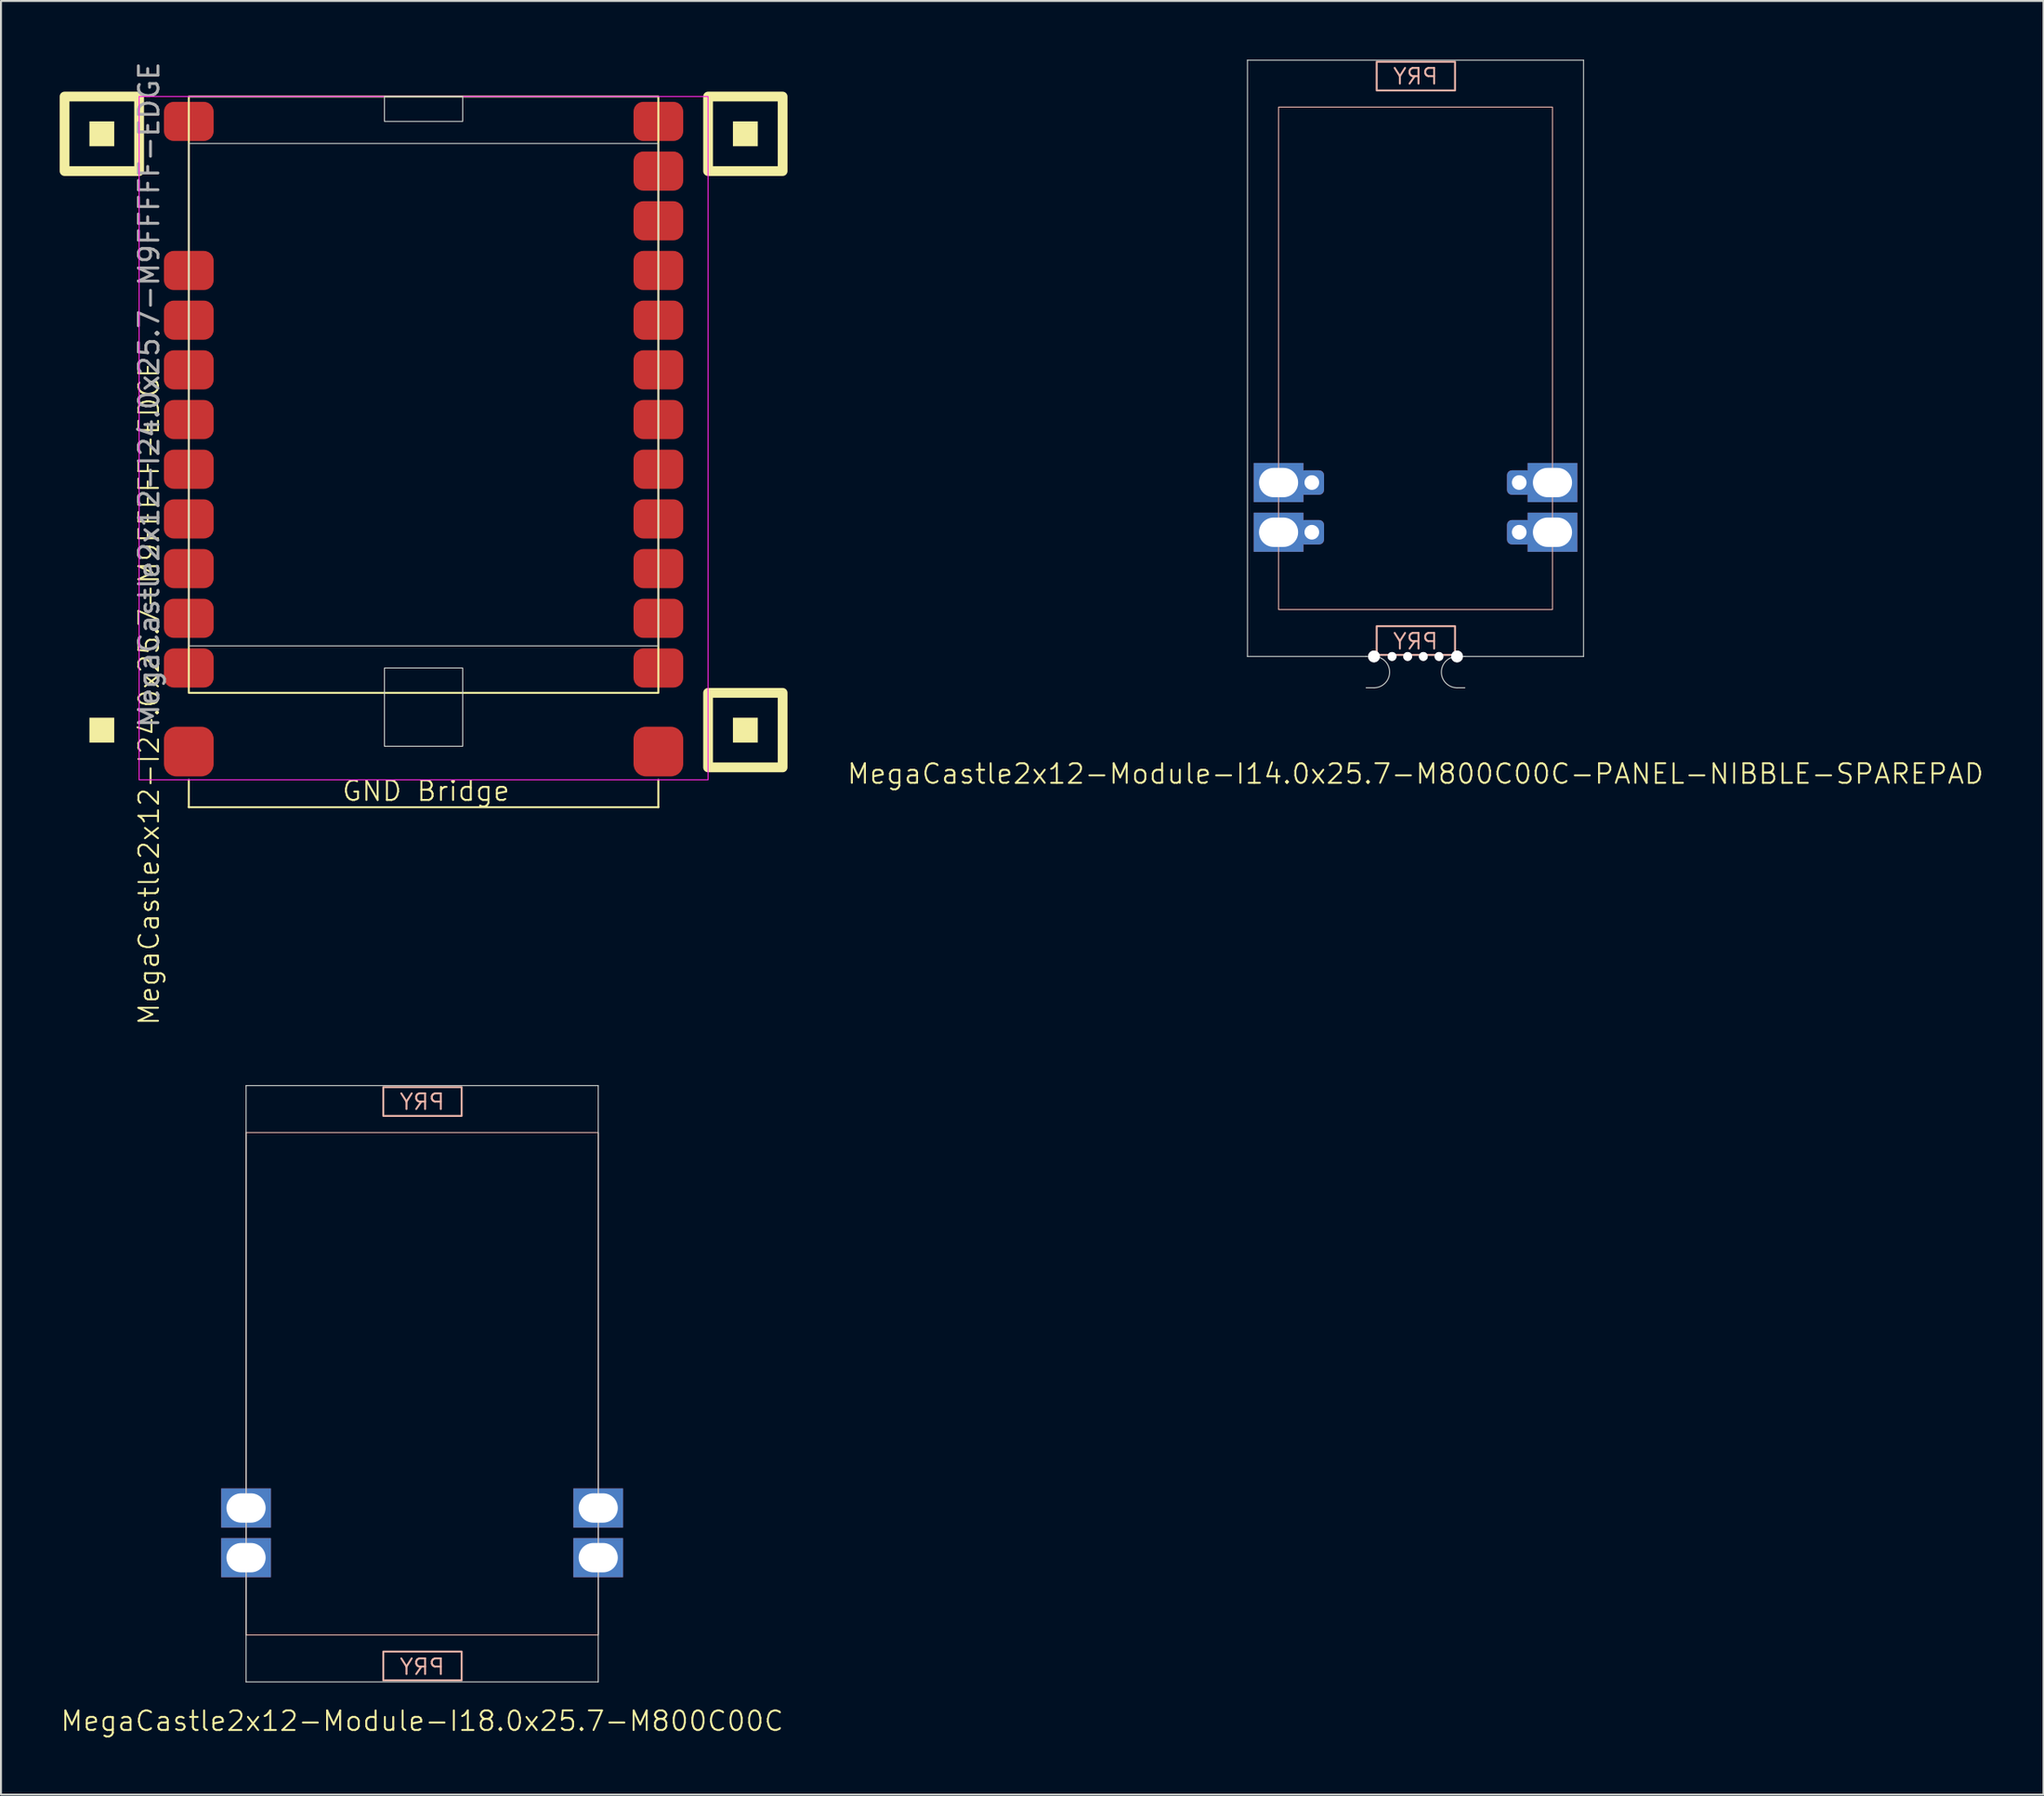
<source format=kicad_pcb>
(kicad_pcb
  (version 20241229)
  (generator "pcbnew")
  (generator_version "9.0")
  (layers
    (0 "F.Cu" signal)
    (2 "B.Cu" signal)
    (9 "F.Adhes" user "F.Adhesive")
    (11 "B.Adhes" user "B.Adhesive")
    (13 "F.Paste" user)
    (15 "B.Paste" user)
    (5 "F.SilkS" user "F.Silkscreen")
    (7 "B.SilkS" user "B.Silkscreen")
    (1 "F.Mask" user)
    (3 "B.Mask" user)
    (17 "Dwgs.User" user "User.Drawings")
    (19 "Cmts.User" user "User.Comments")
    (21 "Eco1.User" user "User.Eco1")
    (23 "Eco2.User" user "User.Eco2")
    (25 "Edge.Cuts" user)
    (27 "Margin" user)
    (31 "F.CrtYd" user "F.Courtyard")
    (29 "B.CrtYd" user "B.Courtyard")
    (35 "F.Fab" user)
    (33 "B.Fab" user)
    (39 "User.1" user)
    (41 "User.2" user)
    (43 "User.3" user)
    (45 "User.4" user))
  (footprint "MegaCastle2x12-Module-I18.0x25.7-M800C00C"
    (layer "F.Cu")
    (at 18.526 67.68)
    (property "Reference" "MegaCastle2x12-Module-I18.0x25.7-M800C00C" (at 0 17.24 0) (unlocked yes) (layer "F.SilkS") (effects (font (size 1 1) (thickness 0.1))))
    (attr smd)
    (fp_rect (start -9 12.84) (end 9 -12.84) (stroke (width 0.05) (type default)) (fill no) (layer "B.SilkS"))
    (fp_rect (start -1.984 -13.691) (end 2.02 -15.16) (stroke (width 0.1) (type default)) (fill no) (layer "B.SilkS"))
    (fp_rect (start -1.984 13.691) (end 2.02 15.16) (stroke (width 0.1) (type default)) (fill no) (layer "B.SilkS"))
    (fp_line (start -9 -15.24) (end -9 15.24) (stroke (width 0.05) (type default)) (layer "Edge.Cuts"))
    (fp_line (start -9 -15.24) (end 9 -15.24) (stroke (width 0.05) (type default)) (layer "Edge.Cuts"))
    (fp_line (start -9 15.24) (end 9 15.24) (stroke (width 0.05) (type default)) (layer "Edge.Cuts"))
    (fp_line (start 9 -15.24) (end 9 15.24) (stroke (width 0.05) (type default)) (layer "Edge.Cuts"))
    (fp_text user "PRY" (at 0 14.94 0) (unlocked yes) (layer "B.SilkS") (effects (font (size 0.8 0.8) (thickness 0.1)) (justify bottom mirror)))
    (fp_text user "PRY" (at 0 -13.94 0) (unlocked yes) (layer "B.SilkS") (effects (font (size 0.8 0.8) (thickness 0.1)) (justify bottom mirror)))
    (pad "9" thru_hole rect (at -9 6.35) (size 2.54 2) (drill oval 2 1.5) (property pad_prop_castellated) (layers "*.Cu" "*.Mask"))
    (pad "10" thru_hole rect (at -9 8.89) (size 2.54 2) (drill oval 2 1.5) (property pad_prop_castellated) (layers "*.Cu" "*.Mask"))
    (pad "21" thru_hole rect (at 9 6.35) (size 2.54 2) (drill oval 2 1.5) (property pad_prop_castellated) (layers "*.Cu" "*.Mask"))
    (pad "22" thru_hole rect (at 9 8.89) (size 2.54 2) (drill oval 2 1.5) (property pad_prop_castellated) (layers "*.Cu" "*.Mask"))
    (zone (net_name "") (layer "B.Cu") (hatch edge 0.5) (connect_pads) (min_thickness 0.25) (filled_areas_thickness no) (keepout (tracks allowed) (vias allowed) (pads allowed) (copperpour allowed) (footprints not_allowed)) (placement (enabled no)) (fill) (polygon (pts (xy 9.526 82.92) (xy 9.526 52.44))))
    (zone (net_name "") (layer "B.Cu") (hatch edge 0.5) (connect_pads) (min_thickness 0.25) (filled_areas_thickness no) (keepout (tracks allowed) (vias allowed) (pads allowed) (copperpour allowed) (footprints not_allowed)) (placement (enabled no)) (fill) (polygon (pts (xy 27.526 82.92) (xy 27.526 52.44))))
    (zone (net_name "") (layer "B.Cu") (hatch edge 0.5) (connect_pads) (min_thickness 0.25) (filled_areas_thickness no) (keepout (tracks allowed) (vias allowed) (pads allowed) (copperpour allowed) (footprints not_allowed)) (placement (enabled no)) (fill) (polygon (pts (xy 9.526 52.44) (xy 9.526 54.84) (xy 27.526 54.84) (xy 27.526 52.44))))
    (zone (net_name "") (layer "B.Cu") (hatch edge 0.5) (connect_pads) (min_thickness 0.25) (filled_areas_thickness no) (keepout (tracks allowed) (vias allowed) (pads allowed) (copperpour allowed) (footprints not_allowed)) (placement (enabled no)) (fill) (polygon (pts (xy 9.526 82.92) (xy 9.526 80.52) (xy 27.526 80.52) (xy 27.526 82.92))))
    (zone (net_name "") (layer "B.Cu") (name "Upper Pry Zone") (hatch edge 0.5) (connect_pads) (min_thickness 0.25) (filled_areas_thickness no) (keepout (tracks not_allowed) (vias not_allowed) (pads not_allowed) (copperpour allowed) (footprints not_allowed)) (placement (enabled no)) (fill) (polygon (pts (xy 16.542 53.989) (xy 16.542 52.52) (xy 20.546 52.52) (xy 20.546 53.989))))
    (zone (net_name "") (layer "B.Cu") (name "Upper Pry Zone") (hatch edge 0.5) (connect_pads) (min_thickness 0.25) (filled_areas_thickness no) (keepout (tracks not_allowed) (vias not_allowed) (pads not_allowed) (copperpour allowed) (footprints not_allowed)) (placement (enabled no)) (fill) (polygon (pts (xy 16.542 81.371) (xy 16.542 82.84) (xy 20.546 82.84) (xy 20.546 81.371)))))
  (footprint "MegaCastle2x12-I24.0x25.7-M9FFFFF-EDGE"
    (layer "F.Cu")
    (at 18.6 17.125)
    (property "Reference" "MegaCastle2x12-I24.0x25.7-M9FFFFF-EDGE" (at -14.032 15.24 90) (unlocked yes) (layer "F.SilkS") (effects (font (size 1 1) (thickness 0.1))))
    (attr smd)
    (fp_line (start -12 19.685) (end -12 21.085) (stroke (width 0.1) (type default)) (layer "F.SilkS"))
    (fp_line (start -12 21.085) (end 12 21.085) (stroke (width 0.1) (type default)) (layer "F.SilkS"))
    (fp_line (start 12 19.685) (end 12 21.085) (stroke (width 0.1) (type default)) (layer "F.SilkS"))
    (fp_rect (start -15.81 -12.7) (end -17.08 -13.97) (stroke (width 0) (type solid)) (fill yes) (layer "F.SilkS"))
    (fp_rect (start -15.81 17.78) (end -17.08 16.51) (stroke (width 0) (type solid)) (fill yes) (layer "F.SilkS"))
    (fp_rect (start -14.54 -11.43) (end -18.35 -15.24) (stroke (width 0.5) (type default)) (fill no) (layer "F.SilkS"))
    (fp_rect (start -12 -15.24) (end 12 15.24) (stroke (width 0.1) (type default)) (fill no) (layer "F.SilkS"))
    (fp_rect (start 17.08 -12.7) (end 15.81 -13.97) (stroke (width 0) (type solid)) (fill yes) (layer "F.SilkS"))
    (fp_rect (start 17.08 17.78) (end 15.81 16.51) (stroke (width 0) (type solid)) (fill yes) (layer "F.SilkS"))
    (fp_rect (start 18.35 -11.43) (end 14.54 -15.24) (stroke (width 0.5) (type default)) (fill no) (layer "F.SilkS"))
    (fp_rect (start 18.35 19.05) (end 14.54 15.24) (stroke (width 0.5) (type default)) (fill no) (layer "F.SilkS"))
    (fp_rect (start -12 -12.84) (end 12 12.84) (stroke (width 0.05) (type default)) (fill no) (layer "Edge.Cuts"))
    (fp_rect (start -2 -13.97) (end 2 -15.24) (stroke (width 0.05) (type default)) (fill no) (layer "Edge.Cuts"))
    (fp_rect (start -2 13.97) (end 2 17.97) (stroke (width 0.05) (type default)) (fill no) (layer "Edge.Cuts"))
    (fp_line (start -14.54 -15.24) (end -14.54 19.685) (stroke (width 0.05) (type default)) (layer "F.CrtYd"))
    (fp_line (start -14.54 19.685) (end 14.54 19.685) (stroke (width 0.05) (type default)) (layer "F.CrtYd"))
    (fp_line (start 14.54 -15.24) (end -14.54 -15.24) (stroke (width 0.05) (type default)) (layer "F.CrtYd"))
    (fp_line (start 14.54 -15.24) (end 14.54 19.685) (stroke (width 0.05) (type default)) (layer "F.CrtYd"))
    (fp_text user "GND Bridge" (at -4.226 20.84 0) (unlocked yes) (layer "F.SilkS") (effects (font (size 1 1) (thickness 0.1)) (justify left bottom)))
    (fp_text user "${REFERENCE}" (at -14.032 0 90) (unlocked yes) (layer "F.Fab") (effects (font (size 1 1) (thickness 0.15))))
    (pad "1" smd roundrect (at -12 -13.97) (size 2.54 2) (layers "F.Cu" "F.Mask" "F.Paste") (roundrect_rratio 0.25))
    (pad "4" smd roundrect (at -12 -6.35) (size 2.54 2) (layers "F.Cu" "F.Mask" "F.Paste") (roundrect_rratio 0.25))
    (pad "5" smd roundrect (at -12 -3.81) (size 2.54 2) (layers "F.Cu" "F.Mask" "F.Paste") (roundrect_rratio 0.25))
    (pad "6" smd roundrect (at -12 -1.27) (size 2.54 2) (layers "F.Cu" "F.Mask" "F.Paste") (roundrect_rratio 0.25))
    (pad "7" smd roundrect (at -12 1.27) (size 2.54 2) (layers "F.Cu" "F.Mask" "F.Paste") (roundrect_rratio 0.25))
    (pad "8" smd roundrect (at -12 3.81) (size 2.54 2) (layers "F.Cu" "F.Mask" "F.Paste") (roundrect_rratio 0.25))
    (pad "9" smd roundrect (at -12 6.35) (size 2.54 2) (layers "F.Cu" "F.Mask" "F.Paste") (roundrect_rratio 0.25))
    (pad "10" smd roundrect (at -12 8.89) (size 2.54 2) (layers "F.Cu" "F.Mask" "F.Paste") (roundrect_rratio 0.25))
    (pad "11" smd roundrect (at -12 11.43) (size 2.54 2) (layers "F.Cu" "F.Mask" "F.Paste") (roundrect_rratio 0.25))
    (pad "12" smd roundrect (at -12 13.97) (size 2.54 2) (layers "F.Cu" "F.Mask" "F.Paste") (roundrect_rratio 0.25))
    (pad "13" smd roundrect (at 12 -13.97) (size 2.54 2) (layers "F.Cu" "F.Mask" "F.Paste") (roundrect_rratio 0.25))
    (pad "14" smd roundrect (at 12 -11.43) (size 2.54 2) (layers "F.Cu" "F.Mask" "F.Paste") (roundrect_rratio 0.25))
    (pad "15" smd roundrect (at 12 -8.89) (size 2.54 2) (layers "F.Cu" "F.Mask" "F.Paste") (roundrect_rratio 0.25))
    (pad "16" smd roundrect (at 12 -6.35) (size 2.54 2) (layers "F.Cu" "F.Mask" "F.Paste") (roundrect_rratio 0.25))
    (pad "17" smd roundrect (at 12 -3.81) (size 2.54 2) (layers "F.Cu" "F.Mask" "F.Paste") (roundrect_rratio 0.25))
    (pad "18" smd roundrect (at 12 -1.27) (size 2.54 2) (layers "F.Cu" "F.Mask" "F.Paste") (roundrect_rratio 0.25))
    (pad "19" smd roundrect (at 12 1.27) (size 2.54 2) (layers "F.Cu" "F.Mask" "F.Paste") (roundrect_rratio 0.25))
    (pad "20" smd roundrect (at 12 3.81) (size 2.54 2) (layers "F.Cu" "F.Mask" "F.Paste") (roundrect_rratio 0.25))
    (pad "21" smd roundrect (at 12 6.35) (size 2.54 2) (layers "F.Cu" "F.Mask" "F.Paste") (roundrect_rratio 0.25))
    (pad "22" smd roundrect (at 12 8.89) (size 2.54 2) (layers "F.Cu" "F.Mask" "F.Paste") (roundrect_rratio 0.25))
    (pad "23" smd roundrect (at 12 11.43) (size 2.54 2) (layers "F.Cu" "F.Mask" "F.Paste") (roundrect_rratio 0.25))
    (pad "24" smd roundrect (at 12 13.97) (size 2.54 2) (layers "F.Cu" "F.Mask" "F.Paste") (roundrect_rratio 0.25))
    (pad "B1" smd roundrect (at -12 18.24) (size 2.54 2.54) (layers "F.Cu" "F.Mask" "F.Paste") (roundrect_rratio 0.25))
    (pad "B2" smd roundrect (at 12 18.24) (size 2.54 2.54) (layers "F.Cu" "F.Mask" "F.Paste") (roundrect_rratio 0.25)))
  (footprint "MegaCastle2x12-Module-I14.0x25.7-M800C00C-PANEL-NIBBLE-SPAREPAD"
    (layer "F.Cu")
    (at 69.298 15.265)
    (property "Reference" "MegaCastle2x12-Module-I14.0x25.7-M800C00C-PANEL-NIBBLE-SPAREPAD" (at 0 21.24 0) (unlocked yes) (layer "F.SilkS") (effects (font (size 1 1) (thickness 0.1))))
    (attr smd)
    (fp_rect (start -7 12.84) (end 7 -12.84) (stroke (width 0.05) (type default)) (fill no) (layer "B.SilkS"))
    (fp_rect (start -1.984 -13.691) (end 2.02 -15.16) (stroke (width 0.1) (type default)) (fill no) (layer "B.SilkS"))
    (fp_rect (start -1.984 13.691) (end 2.02 15.16) (stroke (width 0.1) (type default)) (fill no) (layer "B.SilkS"))
    (fp_line (start -8.588 -15.24) (end -8.588 15.24) (stroke (width 0.05) (type default)) (layer "Edge.Cuts"))
    (fp_line (start -8.588 -15.24) (end 8.588 -15.24) (stroke (width 0.05) (type default)) (layer "Edge.Cuts"))
    (fp_line (start -8.588 15.24) (end -2.522 15.24) (stroke (width 0.05) (type default)) (layer "Edge.Cuts"))
    (fp_line (start -2.522 15.24) (end -2.123 15.24) (stroke (width 0.05) (type default)) (layer "Edge.Cuts"))
    (fp_line (start -2.522 16.84) (end -2.123 16.84) (stroke (width 0.05) (type default)) (layer "Edge.Cuts"))
    (fp_line (start 2.522 15.24) (end 2.123 15.24) (stroke (width 0.05) (type default)) (layer "Edge.Cuts"))
    (fp_line (start 2.522 15.24) (end 8.588 15.24) (stroke (width 0.05) (type default)) (layer "Edge.Cuts"))
    (fp_line (start 2.522 16.84) (end 2.123 16.84) (stroke (width 0.05) (type default)) (layer "Edge.Cuts"))
    (fp_line (start 8.588 -15.24) (end 8.588 15.24) (stroke (width 0.05) (type default)) (layer "Edge.Cuts"))
    (fp_arc (start -2.1225 15.24) (mid -1.3225 16.040001) (end -2.1225 16.84) (stroke (width 0.05) (type default)) (layer "Edge.Cuts"))
    (fp_arc (start 2.1225 16.84) (mid 1.3225 16.04) (end 2.1225 15.24) (stroke (width 0.05) (type default)) (layer "Edge.Cuts"))
    (fp_text user "PRY" (at 0 14.94 0) (unlocked yes) (layer "B.SilkS") (effects (font (size 0.8 0.8) (thickness 0.1)) (justify bottom mirror)))
    (fp_text user "PRY" (at 0 -13.94 0) (unlocked yes) (layer "B.SilkS") (effects (font (size 0.8 0.8) (thickness 0.1)) (justify bottom mirror)))
    (pad "" np_thru_hole circle (at -2.123 15.24) (size 0.6 0.6) (drill 0.6) (layers "*.Cu" "Edge.Cuts"))
    (pad "" np_thru_hole circle (at -1.2 15.24) (size 0.45 0.45) (drill 0.45) (layers "*.Cu" "Edge.Cuts"))
    (pad "" np_thru_hole circle (at -0.4 15.24) (size 0.45 0.45) (drill 0.45) (layers "*.Cu" "Edge.Cuts"))
    (pad "" np_thru_hole circle (at 0.4 15.24) (size 0.45 0.45) (drill 0.45) (layers "*.Cu" "Edge.Cuts"))
    (pad "" np_thru_hole circle (at 1.2 15.24) (size 0.45 0.45) (drill 0.45) (layers "*.Cu" "Edge.Cuts"))
    (pad "" np_thru_hole circle (at 2.123 15.24) (size 0.6 0.6) (drill 0.6) (layers "*.Cu" "Edge.Cuts"))
    (pad "9" thru_hole rect (at -7 6.35) (size 2.54 2) (drill oval 2 1.5) (property pad_prop_castellated) (layers "*.Cu" "*.Mask"))
    (pad "9" thru_hole roundrect (at -5.3 6.35 180) (size 1.25 1.25) (drill 0.75) (layers "*.Cu" "*.Mask") (roundrect_rratio 0.2))
    (pad "10" thru_hole rect (at -7 8.89) (size 2.54 2) (drill oval 2 1.5) (property pad_prop_castellated) (layers "*.Cu" "*.Mask"))
    (pad "10" thru_hole roundrect (at -5.3 8.89 180) (size 1.25 1.25) (drill 0.75) (layers "*.Cu" "*.Mask") (roundrect_rratio 0.2))
    (pad "21" thru_hole roundrect (at 5.3 6.35 180) (size 1.25 1.25) (drill 0.75) (layers "*.Cu" "*.Mask") (roundrect_rratio 0.2))
    (pad "21" thru_hole rect (at 7 6.35) (size 2.54 2) (drill oval 2 1.5) (property pad_prop_castellated) (layers "*.Cu" "*.Mask"))
    (pad "22" thru_hole roundrect (at 5.3 8.89 180) (size 1.25 1.25) (drill 0.75) (layers "*.Cu" "*.Mask") (roundrect_rratio 0.2))
    (pad "22" thru_hole rect (at 7 8.89) (size 2.54 2) (drill oval 2 1.5) (property pad_prop_castellated) (layers "*.Cu" "*.Mask"))
    (zone (net_name "") (layer "B.Cu") (hatch edge 0.5) (connect_pads) (min_thickness 0.25) (filled_areas_thickness no) (keepout (tracks allowed) (vias allowed) (pads allowed) (copperpour allowed) (footprints not_allowed)) (placement (enabled no)) (fill) (polygon (pts (xy 62.298 30.505) (xy 62.298 0.025))))
    (zone (net_name "") (layer "B.Cu") (hatch edge 0.5) (connect_pads) (min_thickness 0.25) (filled_areas_thickness no) (keepout (tracks allowed) (vias allowed) (pads allowed) (copperpour allowed) (footprints not_allowed)) (placement (enabled no)) (fill) (polygon (pts (xy 76.298 30.505) (xy 76.298 0.025))))
    (zone (net_name "") (layer "B.Cu") (hatch edge 0.5) (connect_pads) (min_thickness 0.25) (filled_areas_thickness no) (keepout (tracks allowed) (vias allowed) (pads allowed) (copperpour allowed) (footprints not_allowed)) (placement (enabled no)) (fill) (polygon (pts (xy 62.298 0.025) (xy 62.298 2.425) (xy 76.298 2.425) (xy 76.298 0.025))))
    (zone (net_name "") (layer "B.Cu") (hatch edge 0.5) (connect_pads) (min_thickness 0.25) (filled_areas_thickness no) (keepout (tracks allowed) (vias allowed) (pads allowed) (copperpour allowed) (footprints not_allowed)) (placement (enabled no)) (fill) (polygon (pts (xy 62.298 30.505) (xy 62.298 28.105) (xy 76.298 28.105) (xy 76.298 30.505))))
    (zone (net_name "") (layer "B.Cu") (name "Upper Pry Zone") (hatch edge 0.5) (connect_pads) (min_thickness 0.25) (filled_areas_thickness no) (keepout (tracks not_allowed) (vias not_allowed) (pads not_allowed) (copperpour allowed) (footprints not_allowed)) (placement (enabled no)) (fill) (polygon (pts (xy 67.313 1.574) (xy 67.313 0.105) (xy 71.317 0.105) (xy 71.317 1.574))))
    (zone (net_name "") (layer "B.Cu") (name "Upper Pry Zone") (hatch edge 0.5) (connect_pads) (min_thickness 0.25) (filled_areas_thickness no) (keepout (tracks not_allowed) (vias not_allowed) (pads not_allowed) (copperpour allowed) (footprints not_allowed)) (placement (enabled no)) (fill) (polygon (pts (xy 67.313 28.956) (xy 67.313 30.425) (xy 71.317 30.425) (xy 71.317 28.956)))))
  (gr_rect
    (start -3 -3)
    (end 101.395 88.681)
    (stroke (width 0.1) (type default))
    (fill no)
    (layer "Edge.Cuts")))
</source>
